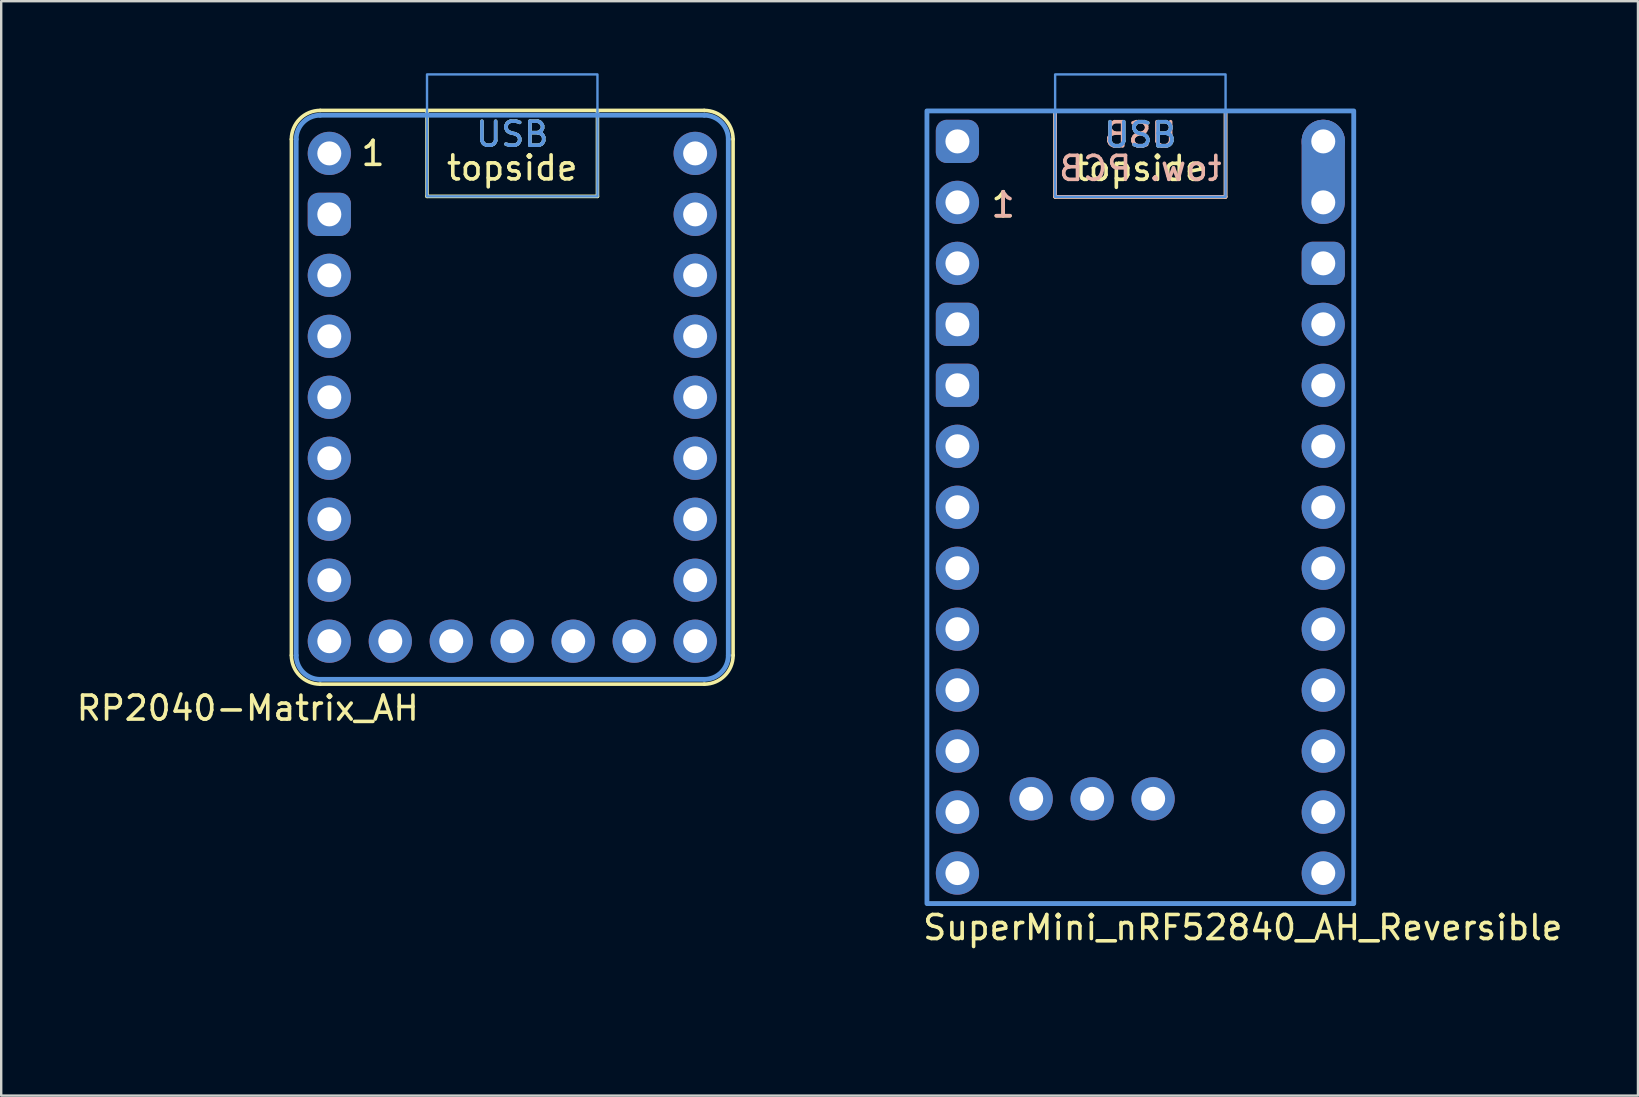
<source format=kicad_pcb>
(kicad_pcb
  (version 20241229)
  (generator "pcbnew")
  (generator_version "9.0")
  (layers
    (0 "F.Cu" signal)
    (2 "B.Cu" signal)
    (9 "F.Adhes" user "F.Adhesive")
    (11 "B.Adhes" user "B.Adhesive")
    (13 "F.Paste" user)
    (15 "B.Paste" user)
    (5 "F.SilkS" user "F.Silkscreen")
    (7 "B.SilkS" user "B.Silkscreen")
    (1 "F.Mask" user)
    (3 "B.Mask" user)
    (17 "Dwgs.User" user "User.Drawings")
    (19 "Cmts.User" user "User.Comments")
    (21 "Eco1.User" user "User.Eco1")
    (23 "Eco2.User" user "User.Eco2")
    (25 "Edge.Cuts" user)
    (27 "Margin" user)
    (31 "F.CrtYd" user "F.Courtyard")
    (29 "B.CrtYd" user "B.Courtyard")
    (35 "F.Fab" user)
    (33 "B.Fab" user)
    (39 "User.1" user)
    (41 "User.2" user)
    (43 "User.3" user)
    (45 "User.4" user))
  (footprint "RP2040-Matrix_AH"
    (layer "F.Cu")
    (at 18.288 13.5)
    (property "Reference" "RP2040-Matrix_AH" (at -3.8 12.95 0) (layer "F.SilkS") (effects (font (size 1 1) (thickness 0.15)) (justify right)))
    (attr through_hole exclude_from_pos_files exclude_from_bom)
    (fp_line (start -9.2 10.75) (end -9.2 -10.75) (stroke (width 0.15) (type default)) (layer "F.SilkS"))
    (fp_line (start -8 -11.95) (end 8 -11.95) (stroke (width 0.15) (type default)) (layer "F.SilkS"))
    (fp_line (start -8 11.95) (end 8 11.95) (stroke (width 0.15) (type default)) (layer "F.SilkS"))
    (fp_line (start -3.55 -8.37) (end -3.55 -11.95) (stroke (width 0.15) (type default)) (layer "F.SilkS"))
    (fp_line (start 3.55 -8.37) (end -3.55 -8.37) (stroke (width 0.15) (type default)) (layer "F.SilkS"))
    (fp_line (start 3.55 -8.37) (end 3.55 -11.95) (stroke (width 0.15) (type default)) (layer "F.SilkS"))
    (fp_line (start 9.2 -10.75) (end 9.2 10.75) (stroke (width 0.15) (type default)) (layer "F.SilkS"))
    (fp_arc (start -9.200001 -10.750001) (mid -8.848529 -11.598529) (end -8.000001 -11.950001) (stroke (width 0.15) (type default)) (layer "F.SilkS"))
    (fp_arc (start -8.000001 11.950001) (mid -8.848529 11.598529) (end -9.200001 10.750001) (stroke (width 0.15) (type default)) (layer "F.SilkS"))
    (fp_arc (start 8.000001 -11.950001) (mid 8.848529 -11.598529) (end 9.200001 -10.750001) (stroke (width 0.15) (type default)) (layer "F.SilkS"))
    (fp_arc (start 9.200001 10.750001) (mid 8.848529 11.598529) (end 8.000001 11.950001) (stroke (width 0.15) (type default)) (layer "F.SilkS"))
    (fp_line (start -9 10.75) (end -9 -10.75) (stroke (width 0.2) (type default)) (layer "Cmts.User"))
    (fp_line (start -8 -11.75) (end 8 -11.75) (stroke (width 0.2) (type default)) (layer "Cmts.User"))
    (fp_line (start 8 11.75) (end -8 11.75) (stroke (width 0.2) (type default)) (layer "Cmts.User"))
    (fp_line (start 9 -10.75) (end 9 10.75) (stroke (width 0.2) (type default)) (layer "Cmts.User"))
    (fp_rect (start -3.55 -13.45) (end 3.55 -8.37) (stroke (width 0.1) (type default)) (fill no) (layer "Cmts.User"))
    (fp_arc (start -9 -10.75) (mid -8.707107 -11.457107) (end -8 -11.75) (stroke (width 0.2) (type default)) (layer "Cmts.User"))
    (fp_arc (start -8 11.75) (mid -8.707107 11.457107) (end -9 10.75) (stroke (width 0.2) (type default)) (layer "Cmts.User"))
    (fp_arc (start 8 -11.75) (mid 8.707107 -11.457107) (end 9 -10.75) (stroke (width 0.2) (type default)) (layer "Cmts.User"))
    (fp_arc (start 9 10.75) (mid 8.707107 11.457107) (end 8 11.75) (stroke (width 0.2) (type default)) (layer "Cmts.User"))
    (fp_text user "topside" (at 0 -8.97 0) (unlocked yes) (layer "F.SilkS") (effects (font (size 1 1) (thickness 0.15)) (justify bottom)))
    (fp_text user "1" (at -5.8 -10.16 0) (layer "F.SilkS") (effects (font (size 1 1) (thickness 0.15))))
    (fp_text user "USB" (at 0 -10.37 0) (unlocked yes) (layer "F.SilkS") (effects (font (size 1 1) (thickness 0.15)) (justify bottom)))
    (fp_text user "USB" (at 0 -10.37 0) (layer "Cmts.User") (effects (font (size 1 1) (thickness 0.15)) (justify bottom)))
    (pad "1" thru_hole circle (at -7.62 -10.16) (size 1.8 1.8) (drill 1) (layers "*.Cu" "B.Mask"))
    (pad "2" thru_hole roundrect (at -7.62 -7.62) (size 1.8 1.8) (drill 1) (layers "*.Cu" "B.Mask") (roundrect_rratio 0.25))
    (pad "3" thru_hole circle (at -7.62 -5.08) (size 1.8 1.8) (drill 1) (layers "*.Cu" "B.Mask"))
    (pad "4" thru_hole circle (at -7.62 -2.54) (size 1.8 1.8) (drill 1) (layers "*.Cu" "B.Mask"))
    (pad "5" thru_hole circle (at -7.62 0) (size 1.8 1.8) (drill 1) (layers "*.Cu" "B.Mask"))
    (pad "6" thru_hole circle (at -7.62 2.54) (size 1.8 1.8) (drill 1) (layers "*.Cu" "B.Mask"))
    (pad "7" thru_hole circle (at -7.62 5.08) (size 1.8 1.8) (drill 1) (layers "*.Cu" "B.Mask"))
    (pad "8" thru_hole circle (at -7.62 7.62) (size 1.8 1.8) (drill 1) (layers "*.Cu" "B.Mask"))
    (pad "9" thru_hole circle (at -7.62 10.16) (size 1.8 1.8) (drill 1) (layers "*.Cu" "B.Mask"))
    (pad "10" thru_hole circle (at 7.62 -10.16) (size 1.8 1.8) (drill 1) (layers "*.Cu" "B.Mask"))
    (pad "11" thru_hole circle (at 7.62 -7.62) (size 1.8 1.8) (drill 1) (layers "*.Cu" "B.Mask"))
    (pad "12" thru_hole circle (at 7.62 -5.08) (size 1.8 1.8) (drill 1) (layers "*.Cu" "B.Mask"))
    (pad "13" thru_hole circle (at 7.62 -2.54) (size 1.8 1.8) (drill 1) (layers "*.Cu" "B.Mask"))
    (pad "14" thru_hole circle (at 7.62 0) (size 1.8 1.8) (drill 1) (layers "*.Cu" "B.Mask"))
    (pad "15" thru_hole circle (at 7.62 2.54) (size 1.8 1.8) (drill 1) (layers "*.Cu" "B.Mask"))
    (pad "16" thru_hole circle (at 7.62 5.08) (size 1.8 1.8) (drill 1) (layers "*.Cu" "B.Mask"))
    (pad "17" thru_hole circle (at 7.62 7.62) (size 1.8 1.8) (drill 1) (layers "*.Cu" "B.Mask"))
    (pad "18" thru_hole circle (at 7.62 10.16) (size 1.8 1.8) (drill 1) (layers "*.Cu" "B.Mask"))
    (pad "19" thru_hole circle (at -5.08 10.16) (size 1.8 1.8) (drill 1) (layers "*.Cu" "B.Mask"))
    (pad "20" thru_hole circle (at -2.54 10.16) (size 1.8 1.8) (drill 1) (layers "*.Cu" "B.Mask"))
    (pad "21" thru_hole circle (at 0 10.16) (size 1.8 1.8) (drill 1) (layers "*.Cu" "B.Mask"))
    (pad "22" thru_hole circle (at 2.54 10.16) (size 1.8 1.8) (drill 1) (layers "*.Cu" "B.Mask"))
    (pad "23" thru_hole circle (at 5.08 10.16) (size 1.8 1.8) (drill 1) (layers "*.Cu" "B.Mask")))
  (footprint "SuperMini_nRF52840_AH_Reversible"
    (layer "F.Cu")
    (at 44.453 19.35)
    (property "Reference" "SuperMini_nRF52840_AH_Reversible" (at -9.14 16.24 0) (layer "F.SilkS") (effects (font (size 1 1) (thickness 0.15)) (justify left)))
    (attr through_hole exclude_from_pos_files exclude_from_bom)
    (fp_line (start -3.55 -14.2) (end -3.55 -17.78) (stroke (width 0.15) (type default)) (layer "F.SilkS"))
    (fp_line (start 3.55 -14.2) (end -3.55 -14.2) (stroke (width 0.15) (type default)) (layer "F.SilkS"))
    (fp_line (start 3.55 -14.2) (end 3.55 -17.78) (stroke (width 0.15) (type default)) (layer "F.SilkS"))
    (fp_rect (start -8.89 -17.78) (end 8.89 15.24) (stroke (width 0.15) (type solid)) (fill no) (layer "F.SilkS"))
    (fp_line (start -3.55 -14.2) (end -3.55 -17.78) (stroke (width 0.15) (type default)) (layer "B.SilkS"))
    (fp_line (start -3.55 -14.2) (end 3.55 -14.2) (stroke (width 0.15) (type default)) (layer "B.SilkS"))
    (fp_line (start 3.55 -14.2) (end 3.55 -17.78) (stroke (width 0.15) (type default)) (layer "B.SilkS"))
    (fp_rect (start 8.89 -17.78) (end -8.89 15.24) (stroke (width 0.15) (type solid)) (fill no) (layer "B.SilkS"))
    (fp_rect (start -3.55 -19.3) (end 3.55 -14.2) (stroke (width 0.1) (type default)) (fill no) (layer "Cmts.User"))
    (fp_rect (start 8.89 -17.78) (end -8.89 15.24) (stroke (width 0.2) (type solid)) (fill no) (layer "Cmts.User"))
    (fp_text user "1" (at -5.715 -13.283 0) (layer "F.SilkS") (effects (font (size 1 1) (thickness 0.15)) (justify bottom)))
    (fp_text user "USB" (at 0 -16.2 0) (unlocked yes) (layer "F.SilkS") (effects (font (size 1 1) (thickness 0.15)) (justify bottom)))
    (fp_text user "topside" (at 0 -14.8 0) (unlocked yes) (layer "F.SilkS") (effects (font (size 1 1) (thickness 0.15)) (justify bottom)))
    (fp_text user "1" (at -5.715 -13.283 0) (layer "B.SilkS") (effects (font (size 1 1) (thickness 0.15)) (justify bottom mirror)))
    (fp_text user "USB" (at 0 -16.2 0) (unlocked yes) (layer "B.SilkS") (effects (font (size 1 1) (thickness 0.15)) (justify bottom mirror)))
    (fp_text user "tow. PCB" (at 0 -14.8 0) (unlocked yes) (layer "B.SilkS") (effects (font (size 1 1) (thickness 0.15)) (justify bottom mirror)))
    (fp_text user "USB" (at 0 -16.2 0) (layer "Cmts.User") (effects (font (size 1 1) (thickness 0.15)) (justify bottom)))
    (pad "1" thru_hole circle (at -7.62 -13.97) (size 1.8 1.8) (drill 1) (layers "*.Cu" "*.Mask"))
    (pad "2" thru_hole circle (at -7.62 -11.43) (size 1.8 1.8) (drill 1) (layers "*.Cu" "*.Mask"))
    (pad "3" thru_hole roundrect (at -7.62 -8.89) (size 1.8 1.8) (drill 1) (layers "*.Cu" "*.Mask") (roundrect_rratio 0.25))
    (pad "4" thru_hole roundrect (at -7.62 -6.35) (size 1.8 1.8) (drill 1) (layers "*.Cu" "*.Mask") (roundrect_rratio 0.25))
    (pad "5" thru_hole circle (at -7.62 -3.81) (size 1.8 1.8) (drill 1) (layers "*.Cu" "*.Mask"))
    (pad "6" thru_hole circle (at -7.62 -1.27) (size 1.8 1.8) (drill 1) (layers "*.Cu" "*.Mask"))
    (pad "7" thru_hole circle (at -7.62 1.27) (size 1.8 1.8) (drill 1) (layers "*.Cu" "*.Mask"))
    (pad "8" thru_hole circle (at -7.62 3.81) (size 1.8 1.8) (drill 1) (layers "*.Cu" "*.Mask"))
    (pad "9" thru_hole circle (at -7.62 6.35) (size 1.8 1.8) (drill 1) (layers "*.Cu" "*.Mask"))
    (pad "10" thru_hole circle (at -7.62 8.89) (size 1.8 1.8) (drill 1) (layers "*.Cu" "*.Mask"))
    (pad "11" thru_hole circle (at -7.62 11.43) (size 1.8 1.8) (drill 1) (layers "*.Cu" "*.Mask"))
    (pad "12" thru_hole circle (at -7.62 13.97) (size 1.8 1.8) (drill 1) (layers "*.Cu" "*.Mask"))
    (pad "13" thru_hole oval (at 7.62 -13.97) (size 1.8 4.34) (drill 1 (offset 0 -1.27)) (layers "*.Cu" "*.Mask"))
    (pad "14" thru_hole roundrect (at 7.62 -11.43) (size 1.8 1.8) (drill 1) (layers "*.Cu" "*.Mask") (roundrect_rratio 0.25))
    (pad "15" thru_hole circle (at 7.62 -8.89) (size 1.8 1.8) (drill 1) (layers "*.Cu" "*.Mask"))
    (pad "16" thru_hole circle (at 7.62 -6.35) (size 1.8 1.8) (drill 1) (layers "*.Cu" "*.Mask"))
    (pad "17" thru_hole circle (at 7.62 -3.81) (size 1.8 1.8) (drill 1) (layers "*.Cu" "*.Mask"))
    (pad "18" thru_hole circle (at 7.62 -1.27) (size 1.8 1.8) (drill 1) (layers "*.Cu" "*.Mask"))
    (pad "19" thru_hole circle (at 7.62 1.27) (size 1.8 1.8) (drill 1) (layers "*.Cu" "*.Mask"))
    (pad "20" thru_hole circle (at 7.62 3.81) (size 1.8 1.8) (drill 1) (layers "*.Cu" "*.Mask"))
    (pad "21" thru_hole circle (at 7.62 6.35) (size 1.8 1.8) (drill 1) (layers "*.Cu" "*.Mask"))
    (pad "22" thru_hole circle (at 7.62 8.89) (size 1.8 1.8) (drill 1) (layers "*.Cu" "*.Mask"))
    (pad "23" thru_hole circle (at 7.62 11.43) (size 1.8 1.8) (drill 1) (layers "*.Cu" "*.Mask"))
    (pad "24" thru_hole circle (at 7.62 13.97) (size 1.8 1.8) (drill 1) (layers "*.Cu" "*.Mask"))
    (pad "25" thru_hole circle (at -4.547 10.876) (size 1.8 1.8) (drill 1) (layers "*.Cu" "*.Mask"))
    (pad "26" thru_hole circle (at -2.007 10.876) (size 1.8 1.8) (drill 1) (layers "*.Cu" "*.Mask"))
    (pad "27" thru_hole circle (at 0.533 10.876) (size 1.8 1.8) (drill 1) (layers "*.Cu" "*.Mask"))
    (pad "28" thru_hole roundrect (at -7.62 -16.51) (size 1.8 1.8) (drill 1) (layers "*.Cu" "*.Mask") (roundrect_rratio 0.25))
    (pad "29" thru_hole circle (at 7.62 -16.51) (size 1.8 1.8) (drill 1) (layers "*.Cu" "*.Mask"))
    (zone (net_name "") (layers "F.Cu" "B.Cu") (name "ANT") (hatch edge 0.5) (connect_pads) (min_thickness 0.25) (filled_areas_thickness no) (keepout (tracks allowed) (vias allowed) (pads allowed) (copperpour not_allowed) (footprints allowed)) (placement (enabled no)) (fill) (polygon (pts (xy 30.563 29.51) (xy 58.343 29.51) (xy 58.343 39.59) (xy 30.563 39.59)))))
  (gr_rect
    (start -3 -3)
    (end 65.182 42.59)
    (stroke (width 0.1) (type default))
    (fill no)
    (layer "Edge.Cuts")))
</source>
